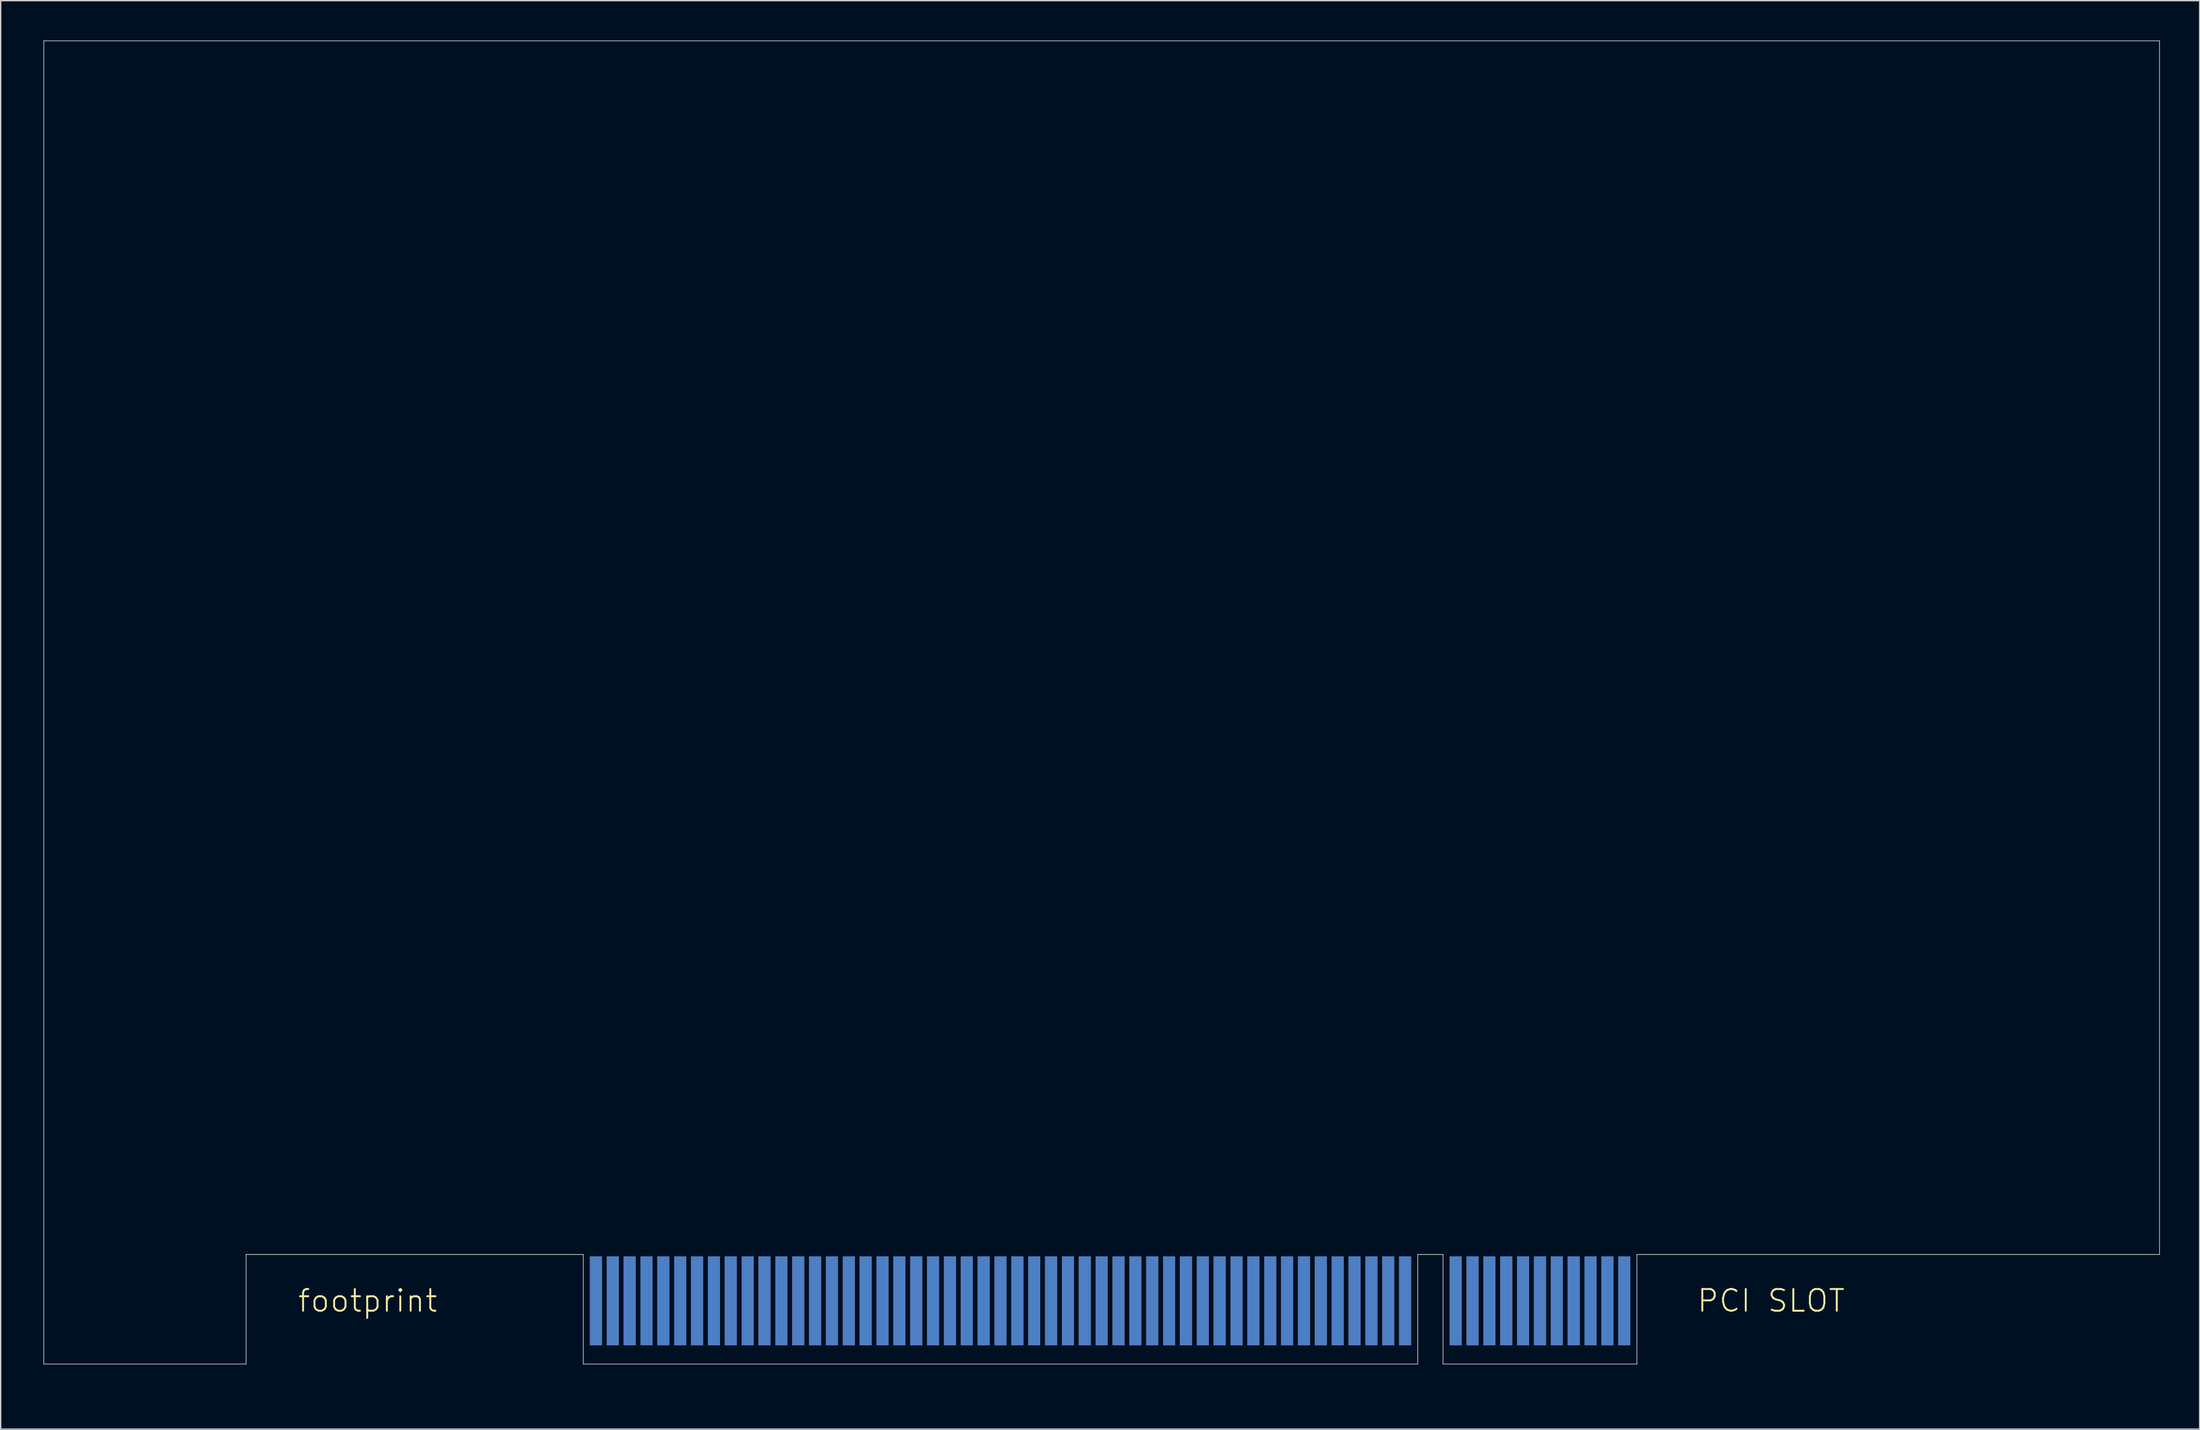
<source format=kicad_pcb>
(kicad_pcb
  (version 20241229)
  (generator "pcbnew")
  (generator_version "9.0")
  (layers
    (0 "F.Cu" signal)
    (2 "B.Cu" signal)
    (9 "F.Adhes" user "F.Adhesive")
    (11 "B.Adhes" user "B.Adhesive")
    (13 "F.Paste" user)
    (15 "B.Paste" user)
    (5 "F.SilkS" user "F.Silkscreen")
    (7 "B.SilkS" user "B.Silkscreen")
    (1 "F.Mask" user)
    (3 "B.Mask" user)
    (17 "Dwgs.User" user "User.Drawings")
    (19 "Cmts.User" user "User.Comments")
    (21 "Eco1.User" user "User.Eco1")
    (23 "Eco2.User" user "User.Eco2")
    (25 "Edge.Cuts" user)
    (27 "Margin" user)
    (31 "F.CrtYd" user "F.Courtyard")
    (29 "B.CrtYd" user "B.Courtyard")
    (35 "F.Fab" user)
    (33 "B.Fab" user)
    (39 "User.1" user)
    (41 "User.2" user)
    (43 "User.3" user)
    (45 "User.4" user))
  (footprint "footprint"
    (layer "F.Cu")
    (at 0.25 99.72)
    (property "Reference" "footprint" (at 19.05 -3.81 0) (layer "F.SilkS") (effects (font (size 1.636 1.636) (thickness 0.142)) (justify left bottom)))
    (fp_line (start 40.322 1.27) (end 120.968 1.27) (stroke (width 0.889) (type solid)) (layer "F.Mask"))
    (fp_line (start 41.593 -8.255) (end 41.593 1.27) (stroke (width 0.889) (type solid)) (layer "F.Mask"))
    (fp_line (start 42.862 -8.255) (end 42.862 1.27) (stroke (width 0.889) (type solid)) (layer "F.Mask"))
    (fp_line (start 44.133 -8.255) (end 44.133 1.27) (stroke (width 0.889) (type solid)) (layer "F.Mask"))
    (fp_line (start 45.403 -8.255) (end 45.403 1.27) (stroke (width 0.889) (type solid)) (layer "F.Mask"))
    (fp_line (start 46.672 -8.255) (end 46.672 1.27) (stroke (width 0.889) (type solid)) (layer "F.Mask"))
    (fp_line (start 47.943 -8.255) (end 47.943 1.27) (stroke (width 0.889) (type solid)) (layer "F.Mask"))
    (fp_line (start 49.212 -8.255) (end 49.212 1.27) (stroke (width 0.889) (type solid)) (layer "F.Mask"))
    (fp_line (start 50.483 -8.255) (end 50.483 1.27) (stroke (width 0.889) (type solid)) (layer "F.Mask"))
    (fp_line (start 51.752 -8.255) (end 51.752 1.27) (stroke (width 0.889) (type solid)) (layer "F.Mask"))
    (fp_line (start 53.023 -8.255) (end 53.023 1.27) (stroke (width 0.889) (type solid)) (layer "F.Mask"))
    (fp_line (start 54.292 -8.255) (end 54.292 1.27) (stroke (width 0.889) (type solid)) (layer "F.Mask"))
    (fp_line (start 55.562 -8.255) (end 55.562 1.27) (stroke (width 0.889) (type solid)) (layer "F.Mask"))
    (fp_line (start 56.833 -8.255) (end 56.833 1.27) (stroke (width 0.889) (type solid)) (layer "F.Mask"))
    (fp_line (start 58.102 -8.255) (end 58.102 1.27) (stroke (width 0.889) (type solid)) (layer "F.Mask"))
    (fp_line (start 59.373 -8.255) (end 59.373 1.27) (stroke (width 0.889) (type solid)) (layer "F.Mask"))
    (fp_line (start 60.642 -8.255) (end 60.642 1.27) (stroke (width 0.889) (type solid)) (layer "F.Mask"))
    (fp_line (start 61.913 -8.255) (end 61.913 1.27) (stroke (width 0.889) (type solid)) (layer "F.Mask"))
    (fp_line (start 63.182 -8.255) (end 63.182 1.27) (stroke (width 0.889) (type solid)) (layer "F.Mask"))
    (fp_line (start 64.453 -8.255) (end 64.453 1.27) (stroke (width 0.889) (type solid)) (layer "F.Mask"))
    (fp_line (start 65.722 -8.255) (end 65.722 1.27) (stroke (width 0.889) (type solid)) (layer "F.Mask"))
    (fp_line (start 66.993 -8.255) (end 66.993 1.27) (stroke (width 0.889) (type solid)) (layer "F.Mask"))
    (fp_line (start 68.263 -8.255) (end 68.263 1.27) (stroke (width 0.889) (type solid)) (layer "F.Mask"))
    (fp_line (start 69.532 -8.255) (end 69.532 1.27) (stroke (width 0.889) (type solid)) (layer "F.Mask"))
    (fp_line (start 70.802 -8.255) (end 70.802 1.27) (stroke (width 0.889) (type solid)) (layer "F.Mask"))
    (fp_line (start 72.073 -8.255) (end 72.073 1.27) (stroke (width 0.889) (type solid)) (layer "F.Mask"))
    (fp_line (start 73.343 -8.255) (end 73.343 1.27) (stroke (width 0.889) (type solid)) (layer "F.Mask"))
    (fp_line (start 74.612 -8.255) (end 74.612 1.27) (stroke (width 0.889) (type solid)) (layer "F.Mask"))
    (fp_line (start 75.882 -8.255) (end 75.882 1.27) (stroke (width 0.889) (type solid)) (layer "F.Mask"))
    (fp_line (start 77.153 -8.255) (end 77.153 1.27) (stroke (width 0.889) (type solid)) (layer "F.Mask"))
    (fp_line (start 78.422 -8.255) (end 78.422 1.27) (stroke (width 0.889) (type solid)) (layer "F.Mask"))
    (fp_line (start 79.692 -8.255) (end 79.692 1.27) (stroke (width 0.889) (type solid)) (layer "F.Mask"))
    (fp_line (start 80.963 -8.255) (end 80.963 1.27) (stroke (width 0.889) (type solid)) (layer "F.Mask"))
    (fp_line (start 82.233 -8.255) (end 82.233 1.27) (stroke (width 0.889) (type solid)) (layer "F.Mask"))
    (fp_line (start 83.502 -8.255) (end 83.502 1.27) (stroke (width 0.889) (type solid)) (layer "F.Mask"))
    (fp_line (start 84.772 -8.255) (end 84.772 1.27) (stroke (width 0.889) (type solid)) (layer "F.Mask"))
    (fp_line (start 86.043 -8.255) (end 86.043 1.27) (stroke (width 0.889) (type solid)) (layer "F.Mask"))
    (fp_line (start 87.312 -8.255) (end 87.312 1.27) (stroke (width 0.889) (type solid)) (layer "F.Mask"))
    (fp_line (start 88.582 -8.255) (end 88.582 1.27) (stroke (width 0.889) (type solid)) (layer "F.Mask"))
    (fp_line (start 89.853 -8.255) (end 89.853 1.27) (stroke (width 0.889) (type solid)) (layer "F.Mask"))
    (fp_line (start 91.123 -8.255) (end 91.123 1.27) (stroke (width 0.889) (type solid)) (layer "F.Mask"))
    (fp_line (start 92.392 -8.255) (end 92.392 1.27) (stroke (width 0.889) (type solid)) (layer "F.Mask"))
    (fp_line (start 93.662 -8.255) (end 93.662 1.27) (stroke (width 0.889) (type solid)) (layer "F.Mask"))
    (fp_line (start 94.933 -8.255) (end 94.933 1.27) (stroke (width 0.889) (type solid)) (layer "F.Mask"))
    (fp_line (start 96.203 -8.255) (end 96.203 1.27) (stroke (width 0.889) (type solid)) (layer "F.Mask"))
    (fp_line (start 97.472 -8.255) (end 97.472 1.27) (stroke (width 0.889) (type solid)) (layer "F.Mask"))
    (fp_line (start 98.743 -8.255) (end 98.743 1.27) (stroke (width 0.889) (type solid)) (layer "F.Mask"))
    (fp_line (start 100.013 -8.255) (end 100.013 1.27) (stroke (width 0.889) (type solid)) (layer "F.Mask"))
    (fp_line (start 101.282 -8.255) (end 101.282 1.27) (stroke (width 0.889) (type solid)) (layer "F.Mask"))
    (fp_line (start 102.552 -8.255) (end 102.552 1.27) (stroke (width 0.889) (type solid)) (layer "F.Mask"))
    (fp_line (start 106.362 -8.255) (end 106.362 1.27) (stroke (width 0.889) (type solid)) (layer "F.Mask"))
    (fp_line (start 107.632 -8.255) (end 107.632 1.27) (stroke (width 0.889) (type solid)) (layer "F.Mask"))
    (fp_line (start 108.903 -8.255) (end 108.903 1.27) (stroke (width 0.889) (type solid)) (layer "F.Mask"))
    (fp_line (start 110.172 -8.255) (end 110.172 1.27) (stroke (width 0.889) (type solid)) (layer "F.Mask"))
    (fp_line (start 111.442 -8.255) (end 111.442 1.27) (stroke (width 0.889) (type solid)) (layer "F.Mask"))
    (fp_line (start 112.713 -8.255) (end 112.713 1.27) (stroke (width 0.889) (type solid)) (layer "F.Mask"))
    (fp_line (start 113.983 -8.255) (end 113.983 1.27) (stroke (width 0.889) (type solid)) (layer "F.Mask"))
    (fp_line (start 115.252 -8.255) (end 115.252 1.27) (stroke (width 0.889) (type solid)) (layer "F.Mask"))
    (fp_line (start 116.522 -8.255) (end 116.522 1.27) (stroke (width 0.889) (type solid)) (layer "F.Mask"))
    (fp_line (start 117.793 -8.255) (end 117.793 1.27) (stroke (width 0.889) (type solid)) (layer "F.Mask"))
    (fp_line (start 119.062 -8.255) (end 119.062 1.27) (stroke (width 0.889) (type solid)) (layer "F.Mask"))
    (fp_poly (pts (xy 40.322 1.905) (xy 120.968 1.905) (xy 120.968 -8.255) (xy 40.322 -8.255)) (stroke (width 0) (type solid)) (fill yes) (layer "F.Mask"))
    (fp_line (start 41.593 -8.255) (end 41.593 1.27) (stroke (width 0.889) (type solid)) (layer "B.Mask"))
    (fp_line (start 42.862 -8.255) (end 42.862 1.27) (stroke (width 0.889) (type solid)) (layer "B.Mask"))
    (fp_line (start 44.133 -8.255) (end 44.133 1.27) (stroke (width 0.889) (type solid)) (layer "B.Mask"))
    (fp_line (start 45.403 -8.255) (end 45.403 1.27) (stroke (width 0.889) (type solid)) (layer "B.Mask"))
    (fp_line (start 46.672 -8.255) (end 46.672 1.27) (stroke (width 0.889) (type solid)) (layer "B.Mask"))
    (fp_line (start 47.943 -8.255) (end 47.943 1.27) (stroke (width 0.889) (type solid)) (layer "B.Mask"))
    (fp_line (start 49.212 -8.255) (end 49.212 1.27) (stroke (width 0.889) (type solid)) (layer "B.Mask"))
    (fp_line (start 50.483 -8.255) (end 50.483 1.27) (stroke (width 0.889) (type solid)) (layer "B.Mask"))
    (fp_line (start 51.752 -8.255) (end 51.752 1.27) (stroke (width 0.889) (type solid)) (layer "B.Mask"))
    (fp_line (start 53.023 -8.255) (end 53.023 1.27) (stroke (width 0.889) (type solid)) (layer "B.Mask"))
    (fp_line (start 54.292 -8.255) (end 54.292 1.27) (stroke (width 0.889) (type solid)) (layer "B.Mask"))
    (fp_line (start 55.562 -8.255) (end 55.562 1.27) (stroke (width 0.889) (type solid)) (layer "B.Mask"))
    (fp_line (start 56.833 -8.255) (end 56.833 1.27) (stroke (width 0.889) (type solid)) (layer "B.Mask"))
    (fp_line (start 58.102 -8.255) (end 58.102 1.27) (stroke (width 0.889) (type solid)) (layer "B.Mask"))
    (fp_line (start 59.373 -8.255) (end 59.373 1.27) (stroke (width 0.889) (type solid)) (layer "B.Mask"))
    (fp_line (start 60.642 -8.255) (end 60.642 1.27) (stroke (width 0.889) (type solid)) (layer "B.Mask"))
    (fp_line (start 61.913 -8.255) (end 61.913 1.27) (stroke (width 0.889) (type solid)) (layer "B.Mask"))
    (fp_line (start 63.182 -8.255) (end 63.182 1.27) (stroke (width 0.889) (type solid)) (layer "B.Mask"))
    (fp_line (start 64.453 -8.255) (end 64.453 1.27) (stroke (width 0.889) (type solid)) (layer "B.Mask"))
    (fp_line (start 65.722 -8.255) (end 65.722 1.27) (stroke (width 0.889) (type solid)) (layer "B.Mask"))
    (fp_line (start 66.993 -8.255) (end 66.993 1.27) (stroke (width 0.889) (type solid)) (layer "B.Mask"))
    (fp_line (start 68.263 -8.255) (end 68.263 1.27) (stroke (width 0.889) (type solid)) (layer "B.Mask"))
    (fp_line (start 69.532 -8.255) (end 69.532 1.27) (stroke (width 0.889) (type solid)) (layer "B.Mask"))
    (fp_line (start 70.802 -8.255) (end 70.802 1.27) (stroke (width 0.889) (type solid)) (layer "B.Mask"))
    (fp_line (start 72.073 -8.255) (end 72.073 1.27) (stroke (width 0.889) (type solid)) (layer "B.Mask"))
    (fp_line (start 73.343 -8.255) (end 73.343 1.27) (stroke (width 0.889) (type solid)) (layer "B.Mask"))
    (fp_line (start 74.612 -8.255) (end 74.612 1.27) (stroke (width 0.889) (type solid)) (layer "B.Mask"))
    (fp_line (start 75.882 -8.255) (end 75.882 1.27) (stroke (width 0.889) (type solid)) (layer "B.Mask"))
    (fp_line (start 77.153 -8.255) (end 77.153 1.27) (stroke (width 0.889) (type solid)) (layer "B.Mask"))
    (fp_line (start 78.422 -8.255) (end 78.422 1.27) (stroke (width 0.889) (type solid)) (layer "B.Mask"))
    (fp_line (start 79.692 -8.255) (end 79.692 1.27) (stroke (width 0.889) (type solid)) (layer "B.Mask"))
    (fp_line (start 80.963 -8.255) (end 80.963 1.27) (stroke (width 0.889) (type solid)) (layer "B.Mask"))
    (fp_line (start 82.233 -8.255) (end 82.233 1.27) (stroke (width 0.889) (type solid)) (layer "B.Mask"))
    (fp_line (start 83.502 -8.255) (end 83.502 1.27) (stroke (width 0.889) (type solid)) (layer "B.Mask"))
    (fp_line (start 84.772 -8.255) (end 84.772 1.27) (stroke (width 0.889) (type solid)) (layer "B.Mask"))
    (fp_line (start 86.043 -8.255) (end 86.043 1.27) (stroke (width 0.889) (type solid)) (layer "B.Mask"))
    (fp_line (start 87.312 -8.255) (end 87.312 1.27) (stroke (width 0.889) (type solid)) (layer "B.Mask"))
    (fp_line (start 88.582 -8.255) (end 88.582 1.27) (stroke (width 0.889) (type solid)) (layer "B.Mask"))
    (fp_line (start 89.853 -8.255) (end 89.853 1.27) (stroke (width 0.889) (type solid)) (layer "B.Mask"))
    (fp_line (start 91.123 -8.255) (end 91.123 1.27) (stroke (width 0.889) (type solid)) (layer "B.Mask"))
    (fp_line (start 92.392 -8.255) (end 92.392 1.27) (stroke (width 0.889) (type solid)) (layer "B.Mask"))
    (fp_line (start 93.662 -8.255) (end 93.662 1.27) (stroke (width 0.889) (type solid)) (layer "B.Mask"))
    (fp_line (start 94.933 -8.255) (end 94.933 1.27) (stroke (width 0.889) (type solid)) (layer "B.Mask"))
    (fp_line (start 96.203 -8.255) (end 96.203 1.27) (stroke (width 0.889) (type solid)) (layer "B.Mask"))
    (fp_line (start 97.472 -8.255) (end 97.472 1.27) (stroke (width 0.889) (type solid)) (layer "B.Mask"))
    (fp_line (start 98.743 -8.255) (end 98.743 1.27) (stroke (width 0.889) (type solid)) (layer "B.Mask"))
    (fp_line (start 100.013 -8.255) (end 100.013 1.27) (stroke (width 0.889) (type solid)) (layer "B.Mask"))
    (fp_line (start 101.282 -8.255) (end 101.282 1.27) (stroke (width 0.889) (type solid)) (layer "B.Mask"))
    (fp_line (start 102.552 -8.255) (end 102.552 1.27) (stroke (width 0.889) (type solid)) (layer "B.Mask"))
    (fp_line (start 106.362 -8.255) (end 106.362 1.27) (stroke (width 0.889) (type solid)) (layer "B.Mask"))
    (fp_line (start 107.632 -8.255) (end 107.632 1.27) (stroke (width 0.889) (type solid)) (layer "B.Mask"))
    (fp_line (start 108.903 -8.255) (end 108.903 1.27) (stroke (width 0.889) (type solid)) (layer "B.Mask"))
    (fp_line (start 110.172 -8.255) (end 110.172 1.27) (stroke (width 0.889) (type solid)) (layer "B.Mask"))
    (fp_line (start 111.442 -8.255) (end 111.442 1.27) (stroke (width 0.889) (type solid)) (layer "B.Mask"))
    (fp_line (start 112.713 -8.255) (end 112.713 1.27) (stroke (width 0.889) (type solid)) (layer "B.Mask"))
    (fp_line (start 113.983 -8.255) (end 113.983 1.27) (stroke (width 0.889) (type solid)) (layer "B.Mask"))
    (fp_line (start 115.252 -8.255) (end 115.252 1.27) (stroke (width 0.889) (type solid)) (layer "B.Mask"))
    (fp_line (start 116.522 -8.255) (end 116.522 1.27) (stroke (width 0.889) (type solid)) (layer "B.Mask"))
    (fp_line (start 117.793 -8.255) (end 117.793 1.27) (stroke (width 0.889) (type solid)) (layer "B.Mask"))
    (fp_line (start 119.062 -8.255) (end 119.062 1.27) (stroke (width 0.889) (type solid)) (layer "B.Mask"))
    (fp_line (start 120.968 1.27) (end 40.322 1.27) (stroke (width 0.889) (type solid)) (layer "B.Mask"))
    (fp_poly (pts (xy 40.322 1.905) (xy 120.968 1.905) (xy 120.968 -8.255) (xy 40.322 -8.255)) (stroke (width 0) (type solid)) (fill yes) (layer "B.Mask"))
    (fp_line (start 0 -99.695) (end 159.385 -99.695) (stroke (width 0.05) (type solid)) (layer "Edge.Cuts"))
    (fp_line (start 0 0) (end 0 -99.695) (stroke (width 0.05) (type solid)) (layer "Edge.Cuts"))
    (fp_line (start 15.24 -8.255) (end 15.24 0) (stroke (width 0.05) (type solid)) (layer "Edge.Cuts"))
    (fp_line (start 15.24 0) (end 0 0) (stroke (width 0.05) (type solid)) (layer "Edge.Cuts"))
    (fp_line (start 40.64 -8.255) (end 15.24 -8.255) (stroke (width 0.05) (type solid)) (layer "Edge.Cuts"))
    (fp_line (start 40.64 0) (end 40.64 -8.255) (stroke (width 0.05) (type solid)) (layer "Edge.Cuts"))
    (fp_line (start 103.505 -8.255) (end 103.505 0) (stroke (width 0.05) (type solid)) (layer "Edge.Cuts"))
    (fp_line (start 103.505 0) (end 40.64 0) (stroke (width 0.05) (type solid)) (layer "Edge.Cuts"))
    (fp_line (start 105.41 -8.255) (end 103.505 -8.255) (stroke (width 0.05) (type solid)) (layer "Edge.Cuts"))
    (fp_line (start 105.41 0) (end 105.41 -8.255) (stroke (width 0.05) (type solid)) (layer "Edge.Cuts"))
    (fp_line (start 120.015 -8.255) (end 120.015 0) (stroke (width 0.05) (type solid)) (layer "Edge.Cuts"))
    (fp_line (start 120.015 0) (end 105.41 0) (stroke (width 0.05) (type solid)) (layer "Edge.Cuts"))
    (fp_line (start 159.385 -99.695) (end 159.385 -8.255) (stroke (width 0.05) (type solid)) (layer "Edge.Cuts"))
    (fp_line (start 159.385 -8.255) (end 120.015 -8.255) (stroke (width 0.05) (type solid)) (layer "Edge.Cuts"))
    (fp_text user "PCI SLOT" (at 124.46 -3.81 0) (layer "F.SilkS") (effects (font (size 1.636 1.636) (thickness 0.142)) (justify left bottom)))
    (pad "C1" smd rect (at 41.593 -4.763) (size 0.91 6.7) (layers "F.Cu" "F.Mask"))
    (pad "C2" smd rect (at 42.862 -4.763) (size 0.91 6.7) (layers "F.Cu" "F.Mask"))
    (pad "C3" smd rect (at 44.133 -4.763) (size 0.91 6.7) (layers "F.Cu" "F.Mask"))
    (pad "C4" smd rect (at 45.403 -4.763) (size 0.91 6.7) (layers "F.Cu" "F.Mask"))
    (pad "C5" smd rect (at 46.672 -4.763) (size 0.91 6.7) (layers "F.Cu" "F.Mask"))
    (pad "C6" smd rect (at 47.943 -4.763) (size 0.91 6.7) (layers "F.Cu" "F.Mask"))
    (pad "C7" smd rect (at 49.212 -4.763) (size 0.91 6.7) (layers "F.Cu" "F.Mask"))
    (pad "C8" smd rect (at 50.483 -4.763) (size 0.91 6.7) (layers "F.Cu" "F.Mask"))
    (pad "C9" smd rect (at 51.752 -4.763) (size 0.91 6.7) (layers "F.Cu" "F.Mask"))
    (pad "C10" smd rect (at 53.023 -4.763) (size 0.91 6.7) (layers "F.Cu" "F.Mask"))
    (pad "C11" smd rect (at 54.292 -4.763) (size 0.91 6.7) (layers "F.Cu" "F.Mask"))
    (pad "C12" smd rect (at 55.562 -4.763) (size 0.91 6.7) (layers "F.Cu" "F.Mask"))
    (pad "C13" smd rect (at 56.833 -4.763) (size 0.91 6.7) (layers "F.Cu" "F.Mask"))
    (pad "C14" smd rect (at 58.102 -4.763) (size 0.91 6.7) (layers "F.Cu" "F.Mask"))
    (pad "C15" smd rect (at 59.373 -4.763) (size 0.91 6.7) (layers "F.Cu" "F.Mask"))
    (pad "C16" smd rect (at 60.642 -4.763) (size 0.91 6.7) (layers "F.Cu" "F.Mask"))
    (pad "C17" smd rect (at 61.913 -4.763) (size 0.91 6.7) (layers "F.Cu" "F.Mask"))
    (pad "C18" smd rect (at 63.182 -4.763) (size 0.91 6.7) (layers "F.Cu" "F.Mask"))
    (pad "C19" smd rect (at 64.453 -4.763) (size 0.91 6.7) (layers "F.Cu" "F.Mask"))
    (pad "C20" smd rect (at 65.722 -4.763) (size 0.91 6.7) (layers "F.Cu" "F.Mask"))
    (pad "C21" smd rect (at 66.993 -4.763) (size 0.91 6.7) (layers "F.Cu" "F.Mask"))
    (pad "C22" smd rect (at 68.263 -4.763) (size 0.91 6.7) (layers "F.Cu" "F.Mask"))
    (pad "C23" smd rect (at 69.532 -4.763) (size 0.91 6.7) (layers "F.Cu" "F.Mask"))
    (pad "C24" smd rect (at 70.802 -4.763) (size 0.91 6.7) (layers "F.Cu" "F.Mask"))
    (pad "C25" smd rect (at 72.073 -4.763) (size 0.91 6.7) (layers "F.Cu" "F.Mask"))
    (pad "C26" smd rect (at 73.343 -4.763) (size 0.91 6.7) (layers "F.Cu" "F.Mask"))
    (pad "C27" smd rect (at 74.612 -4.763) (size 0.91 6.7) (layers "F.Cu" "F.Mask"))
    (pad "C28" smd rect (at 75.882 -4.763) (size 0.91 6.7) (layers "F.Cu" "F.Mask"))
    (pad "C29" smd rect (at 77.153 -4.763) (size 0.91 6.7) (layers "F.Cu" "F.Mask"))
    (pad "C30" smd rect (at 78.422 -4.763) (size 0.91 6.7) (layers "F.Cu" "F.Mask"))
    (pad "C31" smd rect (at 79.692 -4.763) (size 0.91 6.7) (layers "F.Cu" "F.Mask"))
    (pad "C32" smd rect (at 80.963 -4.763) (size 0.91 6.7) (layers "F.Cu" "F.Mask"))
    (pad "C33" smd rect (at 82.233 -4.763) (size 0.91 6.7) (layers "F.Cu" "F.Mask"))
    (pad "C34" smd rect (at 83.502 -4.763) (size 0.91 6.7) (layers "F.Cu" "F.Mask"))
    (pad "C35" smd rect (at 84.772 -4.763) (size 0.91 6.7) (layers "F.Cu" "F.Mask"))
    (pad "C36" smd rect (at 86.043 -4.763) (size 0.91 6.7) (layers "F.Cu" "F.Mask"))
    (pad "C37" smd rect (at 87.312 -4.763) (size 0.91 6.7) (layers "F.Cu" "F.Mask"))
    (pad "C38" smd rect (at 88.582 -4.763) (size 0.91 6.7) (layers "F.Cu" "F.Mask"))
    (pad "C39" smd rect (at 89.853 -4.763) (size 0.91 6.7) (layers "F.Cu" "F.Mask"))
    (pad "C40" smd rect (at 91.123 -4.763) (size 0.91 6.7) (layers "F.Cu" "F.Mask"))
    (pad "C41" smd rect (at 92.392 -4.763) (size 0.91 6.7) (layers "F.Cu" "F.Mask"))
    (pad "C42" smd rect (at 93.662 -4.763) (size 0.91 6.7) (layers "F.Cu" "F.Mask"))
    (pad "C43" smd rect (at 94.933 -4.763) (size 0.91 6.7) (layers "F.Cu" "F.Mask"))
    (pad "C44" smd rect (at 96.203 -4.763) (size 0.91 6.7) (layers "F.Cu" "F.Mask"))
    (pad "C45" smd rect (at 97.472 -4.763) (size 0.91 6.7) (layers "F.Cu" "F.Mask"))
    (pad "C46" smd rect (at 98.743 -4.763) (size 0.91 6.7) (layers "F.Cu" "F.Mask"))
    (pad "C47" smd rect (at 100.013 -4.763) (size 0.91 6.7) (layers "F.Cu" "F.Mask"))
    (pad "C48" smd rect (at 101.282 -4.763) (size 0.91 6.7) (layers "F.Cu" "F.Mask"))
    (pad "C49" smd rect (at 102.552 -4.763) (size 0.91 6.7) (layers "F.Cu" "F.Mask"))
    (pad "C52" smd rect (at 106.362 -4.763) (size 0.91 6.7) (layers "F.Cu" "F.Mask"))
    (pad "C53" smd rect (at 107.632 -4.763) (size 0.91 6.7) (layers "F.Cu" "F.Mask"))
    (pad "C54" smd rect (at 108.903 -4.763) (size 0.91 6.7) (layers "F.Cu" "F.Mask"))
    (pad "C55" smd rect (at 110.172 -4.763) (size 0.91 6.7) (layers "F.Cu" "F.Mask"))
    (pad "C56" smd rect (at 111.442 -4.763) (size 0.91 6.7) (layers "F.Cu" "F.Mask"))
    (pad "C57" smd rect (at 112.713 -4.763) (size 0.91 6.7) (layers "F.Cu" "F.Mask"))
    (pad "C58" smd rect (at 113.983 -4.763) (size 0.91 6.7) (layers "F.Cu" "F.Mask"))
    (pad "C59" smd rect (at 115.252 -4.763) (size 0.91 6.7) (layers "F.Cu" "F.Mask"))
    (pad "C60" smd rect (at 116.522 -4.763) (size 0.91 6.7) (layers "F.Cu" "F.Mask"))
    (pad "C61" smd rect (at 117.793 -4.763) (size 0.91 6.7) (layers "F.Cu" "F.Mask"))
    (pad "C62" smd rect (at 119.062 -4.763) (size 0.91 6.7) (layers "F.Cu" "F.Mask"))
    (pad "S1" smd rect (at 41.593 -4.763) (size 0.91 6.7) (layers "B.Cu" "B.Mask"))
    (pad "S2" smd rect (at 42.862 -4.763) (size 0.91 6.7) (layers "B.Cu" "B.Mask"))
    (pad "S3" smd rect (at 44.133 -4.763) (size 0.91 6.7) (layers "B.Cu" "B.Mask"))
    (pad "S4" smd rect (at 45.403 -4.763) (size 0.91 6.7) (layers "B.Cu" "B.Mask"))
    (pad "S5" smd rect (at 46.672 -4.763) (size 0.91 6.7) (layers "B.Cu" "B.Mask"))
    (pad "S6" smd rect (at 47.943 -4.763) (size 0.91 6.7) (layers "B.Cu" "B.Mask"))
    (pad "S7" smd rect (at 49.212 -4.763) (size 0.91 6.7) (layers "B.Cu" "B.Mask"))
    (pad "S8" smd rect (at 50.483 -4.763) (size 0.91 6.7) (layers "B.Cu" "B.Mask"))
    (pad "S9" smd rect (at 51.752 -4.763) (size 0.91 6.7) (layers "B.Cu" "B.Mask"))
    (pad "S10" smd rect (at 53.023 -4.763) (size 0.91 6.7) (layers "B.Cu" "B.Mask"))
    (pad "S11" smd rect (at 54.292 -4.763) (size 0.91 6.7) (layers "B.Cu" "B.Mask"))
    (pad "S12" smd rect (at 55.562 -4.763) (size 0.91 6.7) (layers "B.Cu" "B.Mask"))
    (pad "S13" smd rect (at 56.833 -4.763) (size 0.91 6.7) (layers "B.Cu" "B.Mask"))
    (pad "S14" smd rect (at 58.102 -4.763) (size 0.91 6.7) (layers "B.Cu" "B.Mask"))
    (pad "S15" smd rect (at 59.373 -4.763) (size 0.91 6.7) (layers "B.Cu" "B.Mask"))
    (pad "S16" smd rect (at 60.642 -4.763) (size 0.91 6.7) (layers "B.Cu" "B.Mask"))
    (pad "S17" smd rect (at 61.913 -4.763) (size 0.91 6.7) (layers "B.Cu" "B.Mask"))
    (pad "S18" smd rect (at 63.182 -4.763) (size 0.91 6.7) (layers "B.Cu" "B.Mask"))
    (pad "S19" smd rect (at 64.453 -4.763) (size 0.91 6.7) (layers "B.Cu" "B.Mask"))
    (pad "S20" smd rect (at 65.722 -4.763) (size 0.91 6.7) (layers "B.Cu" "B.Mask"))
    (pad "S21" smd rect (at 66.993 -4.763) (size 0.91 6.7) (layers "B.Cu" "B.Mask"))
    (pad "S22" smd rect (at 68.263 -4.763) (size 0.91 6.7) (layers "B.Cu" "B.Mask"))
    (pad "S23" smd rect (at 69.532 -4.763) (size 0.91 6.7) (layers "B.Cu" "B.Mask"))
    (pad "S24" smd rect (at 70.802 -4.763) (size 0.91 6.7) (layers "B.Cu" "B.Mask"))
    (pad "S25" smd rect (at 72.073 -4.763) (size 0.91 6.7) (layers "B.Cu" "B.Mask"))
    (pad "S26" smd rect (at 73.343 -4.763) (size 0.91 6.7) (layers "B.Cu" "B.Mask"))
    (pad "S27" smd rect (at 74.612 -4.763) (size 0.91 6.7) (layers "B.Cu" "B.Mask"))
    (pad "S28" smd rect (at 75.882 -4.763) (size 0.91 6.7) (layers "B.Cu" "B.Mask"))
    (pad "S29" smd rect (at 77.153 -4.763) (size 0.91 6.7) (layers "B.Cu" "B.Mask"))
    (pad "S30" smd rect (at 78.422 -4.763) (size 0.91 6.7) (layers "B.Cu" "B.Mask"))
    (pad "S31" smd rect (at 79.692 -4.763) (size 0.91 6.7) (layers "B.Cu" "B.Mask"))
    (pad "S32" smd rect (at 80.963 -4.763) (size 0.91 6.7) (layers "B.Cu" "B.Mask"))
    (pad "S33" smd rect (at 82.233 -4.763) (size 0.91 6.7) (layers "B.Cu" "B.Mask"))
    (pad "S34" smd rect (at 83.502 -4.763) (size 0.91 6.7) (layers "B.Cu" "B.Mask"))
    (pad "S35" smd rect (at 84.772 -4.763) (size 0.91 6.7) (layers "B.Cu" "B.Mask"))
    (pad "S36" smd rect (at 86.043 -4.763) (size 0.91 6.7) (layers "B.Cu" "B.Mask"))
    (pad "S37" smd rect (at 87.312 -4.763) (size 0.91 6.7) (layers "B.Cu" "B.Mask"))
    (pad "S38" smd rect (at 88.582 -4.763) (size 0.91 6.7) (layers "B.Cu" "B.Mask"))
    (pad "S39" smd rect (at 89.853 -4.763) (size 0.91 6.7) (layers "B.Cu" "B.Mask"))
    (pad "S40" smd rect (at 91.123 -4.763) (size 0.91 6.7) (layers "B.Cu" "B.Mask"))
    (pad "S41" smd rect (at 92.392 -4.763) (size 0.91 6.7) (layers "B.Cu" "B.Mask"))
    (pad "S42" smd rect (at 93.662 -4.763) (size 0.91 6.7) (layers "B.Cu" "B.Mask"))
    (pad "S43" smd rect (at 94.933 -4.763) (size 0.91 6.7) (layers "B.Cu" "B.Mask"))
    (pad "S44" smd rect (at 96.203 -4.763) (size 0.91 6.7) (layers "B.Cu" "B.Mask"))
    (pad "S45" smd rect (at 97.472 -4.763) (size 0.91 6.7) (layers "B.Cu" "B.Mask"))
    (pad "S46" smd rect (at 98.743 -4.763) (size 0.91 6.7) (layers "B.Cu" "B.Mask"))
    (pad "S47" smd rect (at 100.013 -4.763) (size 0.91 6.7) (layers "B.Cu" "B.Mask"))
    (pad "S48" smd rect (at 101.282 -4.763) (size 0.91 6.7) (layers "B.Cu" "B.Mask"))
    (pad "S49" smd rect (at 102.552 -4.763) (size 0.91 6.7) (layers "B.Cu" "B.Mask"))
    (pad "S52" smd rect (at 106.362 -4.763) (size 0.91 6.7) (layers "B.Cu" "B.Mask"))
    (pad "S53" smd rect (at 107.632 -4.763) (size 0.91 6.7) (layers "B.Cu" "B.Mask"))
    (pad "S54" smd rect (at 108.903 -4.763) (size 0.91 6.7) (layers "B.Cu" "B.Mask"))
    (pad "S55" smd rect (at 110.172 -4.763) (size 0.91 6.7) (layers "B.Cu" "B.Mask"))
    (pad "S56" smd rect (at 111.442 -4.763) (size 0.91 6.7) (layers "B.Cu" "B.Mask"))
    (pad "S57" smd rect (at 112.713 -4.763) (size 0.91 6.7) (layers "B.Cu" "B.Mask"))
    (pad "S58" smd rect (at 113.983 -4.763) (size 0.91 6.7) (layers "B.Cu" "B.Mask"))
    (pad "S59" smd rect (at 115.252 -4.763) (size 0.91 6.7) (layers "B.Cu" "B.Mask"))
    (pad "S60" smd rect (at 116.522 -4.763) (size 0.91 6.7) (layers "B.Cu" "B.Mask"))
    (pad "S61" smd rect (at 117.793 -4.763) (size 0.91 6.7) (layers "B.Cu" "B.Mask"))
    (pad "S62" smd rect (at 119.062 -4.763) (size 0.91 6.7) (layers "B.Cu" "B.Mask")))
  (gr_rect
    (start -3 -3)
    (end 162.66 104.625)
    (stroke (width 0.1) (type default))
    (fill no)
    (layer "Edge.Cuts")))
</source>
